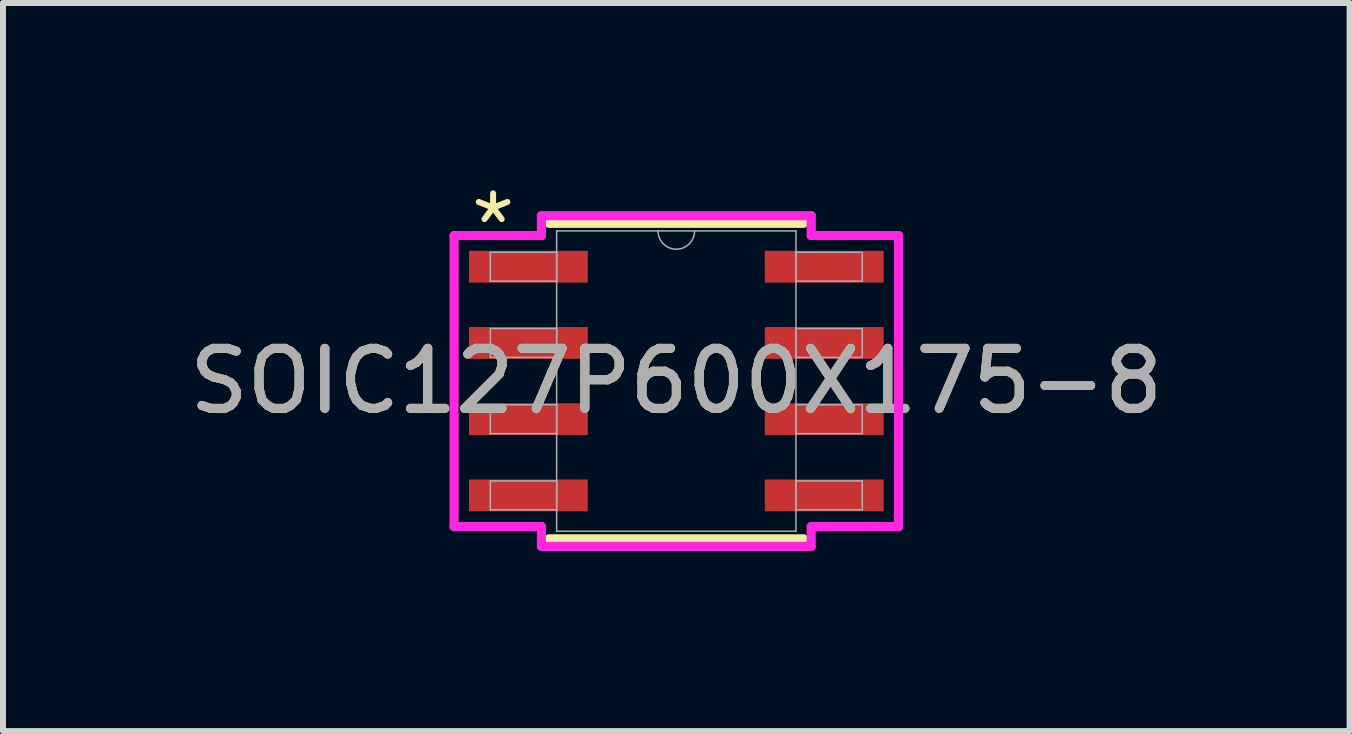
<source format=kicad_pcb>
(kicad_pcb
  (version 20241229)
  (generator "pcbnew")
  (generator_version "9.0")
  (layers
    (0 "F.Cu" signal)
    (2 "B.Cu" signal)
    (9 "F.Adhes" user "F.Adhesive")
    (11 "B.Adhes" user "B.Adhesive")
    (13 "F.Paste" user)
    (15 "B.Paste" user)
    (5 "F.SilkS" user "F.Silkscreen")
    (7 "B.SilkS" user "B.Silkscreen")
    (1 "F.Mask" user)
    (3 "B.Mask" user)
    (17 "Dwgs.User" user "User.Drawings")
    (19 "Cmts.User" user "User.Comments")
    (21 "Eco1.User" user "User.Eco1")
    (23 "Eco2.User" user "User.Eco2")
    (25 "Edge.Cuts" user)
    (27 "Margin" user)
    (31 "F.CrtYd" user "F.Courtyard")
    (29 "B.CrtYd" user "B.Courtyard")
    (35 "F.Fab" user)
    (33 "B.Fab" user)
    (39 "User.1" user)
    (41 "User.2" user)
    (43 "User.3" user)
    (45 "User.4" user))
  (footprint "SOIC127P600X175-8"
    (layer "F.Cu")
    (at 8.22 3.3)
    (property "Reference" "SOIC127P600X175-8" (at 0 0 0) (unlocked yes) (layer "F.SilkS") (effects (font (size 1 1) (thickness 0.15))))
    (attr smd)
    (fp_line (start -2.121 2.629) (end 2.121 2.629) (stroke (width 0.152) (type solid)) (layer "F.SilkS"))
    (fp_line (start 2.121 -2.629) (end -2.121 -2.629) (stroke (width 0.152) (type solid)) (layer "F.SilkS"))
    (fp_line (start -3.703 -2.425) (end -2.248 -2.425) (stroke (width 0.152) (type solid)) (layer "F.CrtYd"))
    (fp_line (start -3.703 2.425) (end -3.703 -2.425) (stroke (width 0.152) (type solid)) (layer "F.CrtYd"))
    (fp_line (start -3.703 2.425) (end -2.248 2.425) (stroke (width 0.152) (type solid)) (layer "F.CrtYd"))
    (fp_line (start -2.248 -2.756) (end 2.248 -2.756) (stroke (width 0.152) (type solid)) (layer "F.CrtYd"))
    (fp_line (start -2.248 -2.425) (end -2.248 -2.756) (stroke (width 0.152) (type solid)) (layer "F.CrtYd"))
    (fp_line (start -2.248 2.756) (end -2.248 2.425) (stroke (width 0.152) (type solid)) (layer "F.CrtYd"))
    (fp_line (start 2.248 -2.756) (end 2.248 -2.425) (stroke (width 0.152) (type solid)) (layer "F.CrtYd"))
    (fp_line (start 2.248 2.425) (end 2.248 2.756) (stroke (width 0.152) (type solid)) (layer "F.CrtYd"))
    (fp_line (start 2.248 2.756) (end -2.248 2.756) (stroke (width 0.152) (type solid)) (layer "F.CrtYd"))
    (fp_line (start 3.703 -2.425) (end 2.248 -2.425) (stroke (width 0.152) (type solid)) (layer "F.CrtYd"))
    (fp_line (start 3.703 -2.425) (end 3.703 2.425) (stroke (width 0.152) (type solid)) (layer "F.CrtYd"))
    (fp_line (start 3.703 2.425) (end 2.248 2.425) (stroke (width 0.152) (type solid)) (layer "F.CrtYd"))
    (fp_line (start -3.099 -2.146) (end -3.099 -1.664) (stroke (width 0.025) (type solid)) (layer "F.Fab"))
    (fp_line (start -3.099 -1.664) (end -1.994 -1.664) (stroke (width 0.025) (type solid)) (layer "F.Fab"))
    (fp_line (start -3.099 -0.876) (end -3.099 -0.394) (stroke (width 0.025) (type solid)) (layer "F.Fab"))
    (fp_line (start -3.099 -0.394) (end -1.994 -0.394) (stroke (width 0.025) (type solid)) (layer "F.Fab"))
    (fp_line (start -3.099 0.394) (end -3.099 0.876) (stroke (width 0.025) (type solid)) (layer "F.Fab"))
    (fp_line (start -3.099 0.876) (end -1.994 0.876) (stroke (width 0.025) (type solid)) (layer "F.Fab"))
    (fp_line (start -3.099 1.664) (end -3.099 2.146) (stroke (width 0.025) (type solid)) (layer "F.Fab"))
    (fp_line (start -3.099 2.146) (end -1.994 2.146) (stroke (width 0.025) (type solid)) (layer "F.Fab"))
    (fp_line (start -1.994 -2.502) (end -1.994 2.502) (stroke (width 0.025) (type solid)) (layer "F.Fab"))
    (fp_line (start -1.994 -2.146) (end -3.099 -2.146) (stroke (width 0.025) (type solid)) (layer "F.Fab"))
    (fp_line (start -1.994 -1.664) (end -1.994 -2.146) (stroke (width 0.025) (type solid)) (layer "F.Fab"))
    (fp_line (start -1.994 -0.876) (end -3.099 -0.876) (stroke (width 0.025) (type solid)) (layer "F.Fab"))
    (fp_line (start -1.994 -0.394) (end -1.994 -0.876) (stroke (width 0.025) (type solid)) (layer "F.Fab"))
    (fp_line (start -1.994 0.394) (end -3.099 0.394) (stroke (width 0.025) (type solid)) (layer "F.Fab"))
    (fp_line (start -1.994 0.876) (end -1.994 0.394) (stroke (width 0.025) (type solid)) (layer "F.Fab"))
    (fp_line (start -1.994 1.664) (end -3.099 1.664) (stroke (width 0.025) (type solid)) (layer "F.Fab"))
    (fp_line (start -1.994 2.146) (end -1.994 1.664) (stroke (width 0.025) (type solid)) (layer "F.Fab"))
    (fp_line (start -1.994 2.502) (end 1.994 2.502) (stroke (width 0.025) (type solid)) (layer "F.Fab"))
    (fp_line (start 1.994 -2.502) (end -1.994 -2.502) (stroke (width 0.025) (type solid)) (layer "F.Fab"))
    (fp_line (start 1.994 -2.146) (end 1.994 -1.664) (stroke (width 0.025) (type solid)) (layer "F.Fab"))
    (fp_line (start 1.994 -1.664) (end 3.099 -1.664) (stroke (width 0.025) (type solid)) (layer "F.Fab"))
    (fp_line (start 1.994 -0.876) (end 1.994 -0.394) (stroke (width 0.025) (type solid)) (layer "F.Fab"))
    (fp_line (start 1.994 -0.394) (end 3.099 -0.394) (stroke (width 0.025) (type solid)) (layer "F.Fab"))
    (fp_line (start 1.994 0.394) (end 1.994 0.876) (stroke (width 0.025) (type solid)) (layer "F.Fab"))
    (fp_line (start 1.994 0.876) (end 3.099 0.876) (stroke (width 0.025) (type solid)) (layer "F.Fab"))
    (fp_line (start 1.994 1.664) (end 1.994 2.146) (stroke (width 0.025) (type solid)) (layer "F.Fab"))
    (fp_line (start 1.994 2.146) (end 3.099 2.146) (stroke (width 0.025) (type solid)) (layer "F.Fab"))
    (fp_line (start 1.994 2.502) (end 1.994 -2.502) (stroke (width 0.025) (type solid)) (layer "F.Fab"))
    (fp_line (start 3.099 -2.146) (end 1.994 -2.146) (stroke (width 0.025) (type solid)) (layer "F.Fab"))
    (fp_line (start 3.099 -1.664) (end 3.099 -2.146) (stroke (width 0.025) (type solid)) (layer "F.Fab"))
    (fp_line (start 3.099 -0.876) (end 1.994 -0.876) (stroke (width 0.025) (type solid)) (layer "F.Fab"))
    (fp_line (start 3.099 -0.394) (end 3.099 -0.876) (stroke (width 0.025) (type solid)) (layer "F.Fab"))
    (fp_line (start 3.099 0.394) (end 1.994 0.394) (stroke (width 0.025) (type solid)) (layer "F.Fab"))
    (fp_line (start 3.099 0.876) (end 3.099 0.394) (stroke (width 0.025) (type solid)) (layer "F.Fab"))
    (fp_line (start 3.099 1.664) (end 1.994 1.664) (stroke (width 0.025) (type solid)) (layer "F.Fab"))
    (fp_line (start 3.099 2.146) (end 3.099 1.664) (stroke (width 0.025) (type solid)) (layer "F.Fab"))
    (fp_arc (start 0.3048 -2.5019) (mid 0 -2.1971) (end -0.3048 -2.5019) (stroke (width 0.0254) (type solid)) (layer "F.Fab"))
    (fp_text user "*" (at -3.5 -2 0) (unlocked yes) (layer "F.SilkS") (effects (font (size 1 1) (thickness 0.1)) (justify left bottom)))
    (fp_text user "${REFERENCE}" (at 0 0 0) (unlocked yes) (layer "F.Fab") (effects (font (size 1 1) (thickness 0.15))))
    (pad "1" smd rect (at -2.465 -1.905) (size 1.98 0.53) (layers "F.Cu" "F.Mask" "F.Paste"))
    (pad "2" smd rect (at -2.465 -0.635) (size 1.98 0.53) (layers "F.Cu" "F.Mask" "F.Paste"))
    (pad "3" smd rect (at -2.465 0.635) (size 1.98 0.53) (layers "F.Cu" "F.Mask" "F.Paste"))
    (pad "4" smd rect (at -2.465 1.905) (size 1.98 0.53) (layers "F.Cu" "F.Mask" "F.Paste"))
    (pad "5" smd rect (at 2.465 1.905) (size 1.98 0.53) (layers "F.Cu" "F.Mask" "F.Paste"))
    (pad "6" smd rect (at 2.465 0.635) (size 1.98 0.53) (layers "F.Cu" "F.Mask" "F.Paste"))
    (pad "7" smd rect (at 2.465 -0.635) (size 1.98 0.53) (layers "F.Cu" "F.Mask" "F.Paste"))
    (pad "8" smd rect (at 2.465 -1.905) (size 1.98 0.53) (layers "F.Cu" "F.Mask" "F.Paste")))
  (gr_rect
    (start -3 -3)
    (end 19.44 9.132)
    (stroke (width 0.1) (type default))
    (fill no)
    (layer "Edge.Cuts")))
</source>
